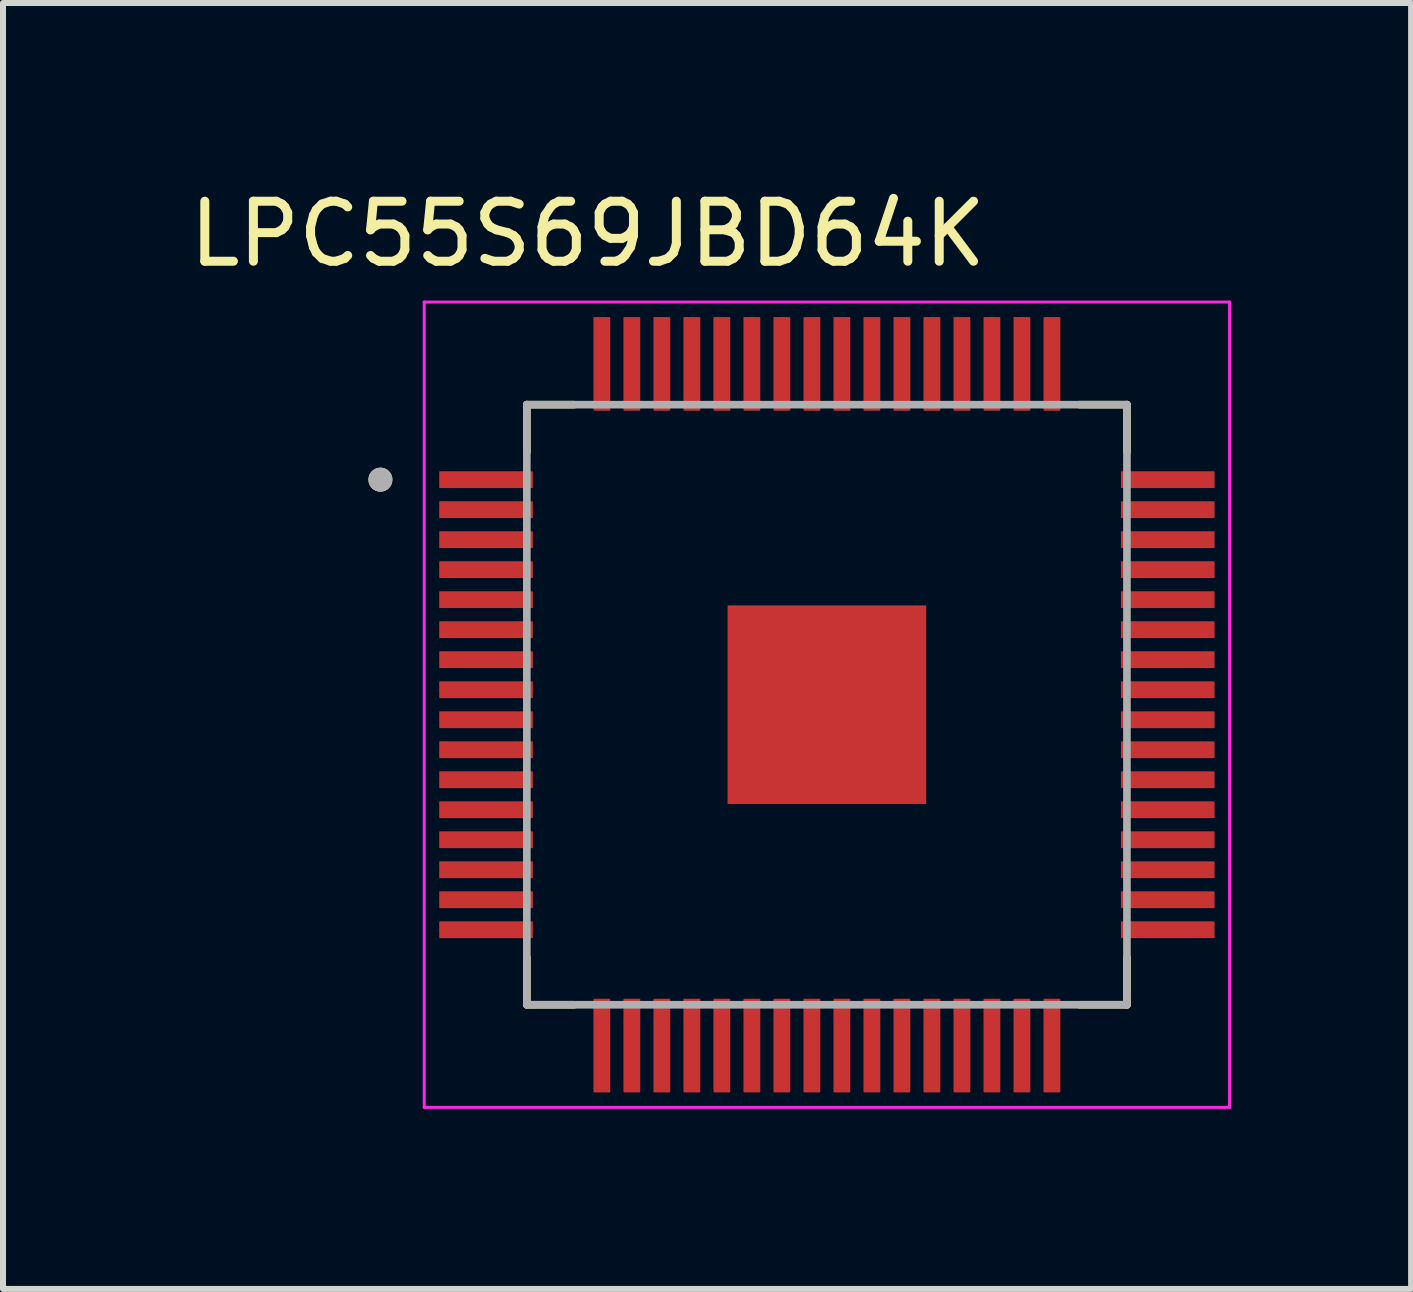
<source format=kicad_pcb>
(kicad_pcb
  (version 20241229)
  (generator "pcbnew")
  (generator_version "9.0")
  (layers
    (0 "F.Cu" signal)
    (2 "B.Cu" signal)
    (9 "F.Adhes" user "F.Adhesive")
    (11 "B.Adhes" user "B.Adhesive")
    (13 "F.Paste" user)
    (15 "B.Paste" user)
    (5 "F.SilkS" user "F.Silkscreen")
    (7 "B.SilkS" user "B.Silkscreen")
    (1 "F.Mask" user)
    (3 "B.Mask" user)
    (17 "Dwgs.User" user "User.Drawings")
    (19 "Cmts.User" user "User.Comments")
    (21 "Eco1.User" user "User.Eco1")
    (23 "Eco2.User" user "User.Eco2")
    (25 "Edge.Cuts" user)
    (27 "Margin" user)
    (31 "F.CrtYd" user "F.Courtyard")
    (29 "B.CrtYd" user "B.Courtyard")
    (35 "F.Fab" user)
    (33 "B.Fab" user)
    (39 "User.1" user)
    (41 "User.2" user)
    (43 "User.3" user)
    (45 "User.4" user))
  (footprint "LPC55S69JBD64K"
    (layer "F.Cu")
    (at 10.729 8.693)
    (property "Reference" "LPC55S69JBD64K" (at -3.985 -7.845 0) (layer "F.SilkS") (effects (font (size 1 1) (thickness 0.15))))
    (attr through_hole)
    (fp_line (start -5 -5) (end -5 -4.21) (stroke (width 0.127) (type solid)) (layer "F.SilkS"))
    (fp_line (start -5 -5) (end -4.21 -5) (stroke (width 0.127) (type solid)) (layer "F.SilkS"))
    (fp_line (start -5 5) (end -5 4.21) (stroke (width 0.127) (type solid)) (layer "F.SilkS"))
    (fp_line (start -5 5) (end -4.21 5) (stroke (width 0.127) (type solid)) (layer "F.SilkS"))
    (fp_line (start 5 -5) (end 4.21 -5) (stroke (width 0.127) (type solid)) (layer "F.SilkS"))
    (fp_line (start 5 -5) (end 5 -4.21) (stroke (width 0.127) (type solid)) (layer "F.SilkS"))
    (fp_line (start 5 5) (end 4.21 5) (stroke (width 0.127) (type solid)) (layer "F.SilkS"))
    (fp_line (start 5 5) (end 5 4.21) (stroke (width 0.127) (type solid)) (layer "F.SilkS"))
    (fp_circle (center -7.44 -3.75) (end -7.34 -3.75) (stroke (width 0.2) (type solid)) (fill no) (layer "F.SilkS"))
    (fp_line (start -6.71 -6.71) (end 6.71 -6.71) (stroke (width 0.05) (type solid)) (layer "F.CrtYd"))
    (fp_line (start -6.71 6.71) (end -6.71 -6.71) (stroke (width 0.05) (type solid)) (layer "F.CrtYd"))
    (fp_line (start -6.71 6.71) (end 6.71 6.71) (stroke (width 0.05) (type solid)) (layer "F.CrtYd"))
    (fp_line (start 6.71 6.71) (end 6.71 -6.71) (stroke (width 0.05) (type solid)) (layer "F.CrtYd"))
    (fp_line (start -5 5) (end -5 -5) (stroke (width 0.127) (type solid)) (layer "F.Fab"))
    (fp_line (start 5 -5) (end -5 -5) (stroke (width 0.127) (type solid)) (layer "F.Fab"))
    (fp_line (start 5 5) (end -5 5) (stroke (width 0.127) (type solid)) (layer "F.Fab"))
    (fp_line (start 5 5) (end 5 -5) (stroke (width 0.127) (type solid)) (layer "F.Fab"))
    (fp_circle (center -7.44 -3.75) (end -7.34 -3.75) (stroke (width 0.2) (type solid)) (fill no) (layer "F.Fab"))
    (pad "1" smd roundrect (at -5.68 -3.75) (size 1.56 0.28) (layers "F.Cu" "F.Mask" "F.Paste") (roundrect_rratio 0.04))
    (pad "2" smd roundrect (at -5.68 -3.25) (size 1.56 0.28) (layers "F.Cu" "F.Mask" "F.Paste") (roundrect_rratio 0.04))
    (pad "3" smd roundrect (at -5.68 -2.75) (size 1.56 0.28) (layers "F.Cu" "F.Mask" "F.Paste") (roundrect_rratio 0.04))
    (pad "4" smd roundrect (at -5.68 -2.25) (size 1.56 0.28) (layers "F.Cu" "F.Mask" "F.Paste") (roundrect_rratio 0.04))
    (pad "5" smd roundrect (at -5.68 -1.75) (size 1.56 0.28) (layers "F.Cu" "F.Mask" "F.Paste") (roundrect_rratio 0.04))
    (pad "6" smd roundrect (at -5.68 -1.25) (size 1.56 0.28) (layers "F.Cu" "F.Mask" "F.Paste") (roundrect_rratio 0.04))
    (pad "7" smd roundrect (at -5.68 -0.75) (size 1.56 0.28) (layers "F.Cu" "F.Mask" "F.Paste") (roundrect_rratio 0.04))
    (pad "8" smd roundrect (at -5.68 -0.25) (size 1.56 0.28) (layers "F.Cu" "F.Mask" "F.Paste") (roundrect_rratio 0.04))
    (pad "9" smd roundrect (at -5.68 0.25) (size 1.56 0.28) (layers "F.Cu" "F.Mask" "F.Paste") (roundrect_rratio 0.04))
    (pad "10" smd roundrect (at -5.68 0.75) (size 1.56 0.28) (layers "F.Cu" "F.Mask" "F.Paste") (roundrect_rratio 0.04))
    (pad "11" smd roundrect (at -5.68 1.25) (size 1.56 0.28) (layers "F.Cu" "F.Mask" "F.Paste") (roundrect_rratio 0.04))
    (pad "12" smd roundrect (at -5.68 1.75) (size 1.56 0.28) (layers "F.Cu" "F.Mask" "F.Paste") (roundrect_rratio 0.04))
    (pad "13" smd roundrect (at -5.68 2.25) (size 1.56 0.28) (layers "F.Cu" "F.Mask" "F.Paste") (roundrect_rratio 0.04))
    (pad "14" smd roundrect (at -5.68 2.75) (size 1.56 0.28) (layers "F.Cu" "F.Mask" "F.Paste") (roundrect_rratio 0.04))
    (pad "15" smd roundrect (at -5.68 3.25) (size 1.56 0.28) (layers "F.Cu" "F.Mask" "F.Paste") (roundrect_rratio 0.04))
    (pad "16" smd roundrect (at -5.68 3.75) (size 1.56 0.28) (layers "F.Cu" "F.Mask" "F.Paste") (roundrect_rratio 0.04))
    (pad "17" smd roundrect (at -3.75 5.68) (size 0.28 1.56) (layers "F.Cu" "F.Mask" "F.Paste") (roundrect_rratio 0.04))
    (pad "18" smd roundrect (at -3.25 5.68) (size 0.28 1.56) (layers "F.Cu" "F.Mask" "F.Paste") (roundrect_rratio 0.04))
    (pad "19" smd roundrect (at -2.75 5.68) (size 0.28 1.56) (layers "F.Cu" "F.Mask" "F.Paste") (roundrect_rratio 0.04))
    (pad "20" smd roundrect (at -2.25 5.68) (size 0.28 1.56) (layers "F.Cu" "F.Mask" "F.Paste") (roundrect_rratio 0.04))
    (pad "21" smd roundrect (at -1.75 5.68) (size 0.28 1.56) (layers "F.Cu" "F.Mask" "F.Paste") (roundrect_rratio 0.04))
    (pad "22" smd roundrect (at -1.25 5.68) (size 0.28 1.56) (layers "F.Cu" "F.Mask" "F.Paste") (roundrect_rratio 0.04))
    (pad "23" smd roundrect (at -0.75 5.68) (size 0.28 1.56) (layers "F.Cu" "F.Mask" "F.Paste") (roundrect_rratio 0.04))
    (pad "24" smd roundrect (at -0.25 5.68) (size 0.28 1.56) (layers "F.Cu" "F.Mask" "F.Paste") (roundrect_rratio 0.04))
    (pad "25" smd roundrect (at 0.25 5.68) (size 0.28 1.56) (layers "F.Cu" "F.Mask" "F.Paste") (roundrect_rratio 0.04))
    (pad "26" smd roundrect (at 0.75 5.68) (size 0.28 1.56) (layers "F.Cu" "F.Mask" "F.Paste") (roundrect_rratio 0.04))
    (pad "27" smd roundrect (at 1.25 5.68) (size 0.28 1.56) (layers "F.Cu" "F.Mask" "F.Paste") (roundrect_rratio 0.04))
    (pad "28" smd roundrect (at 1.75 5.68) (size 0.28 1.56) (layers "F.Cu" "F.Mask" "F.Paste") (roundrect_rratio 0.04))
    (pad "29" smd roundrect (at 2.25 5.68) (size 0.28 1.56) (layers "F.Cu" "F.Mask" "F.Paste") (roundrect_rratio 0.04))
    (pad "30" smd roundrect (at 2.75 5.68) (size 0.28 1.56) (layers "F.Cu" "F.Mask" "F.Paste") (roundrect_rratio 0.04))
    (pad "31" smd roundrect (at 3.25 5.68) (size 0.28 1.56) (layers "F.Cu" "F.Mask" "F.Paste") (roundrect_rratio 0.04))
    (pad "32" smd roundrect (at 3.75 5.68) (size 0.28 1.56) (layers "F.Cu" "F.Mask" "F.Paste") (roundrect_rratio 0.04))
    (pad "33" smd roundrect (at 5.68 3.75) (size 1.56 0.28) (layers "F.Cu" "F.Mask" "F.Paste") (roundrect_rratio 0.04))
    (pad "34" smd roundrect (at 5.68 3.25) (size 1.56 0.28) (layers "F.Cu" "F.Mask" "F.Paste") (roundrect_rratio 0.04))
    (pad "35" smd roundrect (at 5.68 2.75) (size 1.56 0.28) (layers "F.Cu" "F.Mask" "F.Paste") (roundrect_rratio 0.04))
    (pad "36" smd roundrect (at 5.68 2.25) (size 1.56 0.28) (layers "F.Cu" "F.Mask" "F.Paste") (roundrect_rratio 0.04))
    (pad "37" smd roundrect (at 5.68 1.75) (size 1.56 0.28) (layers "F.Cu" "F.Mask" "F.Paste") (roundrect_rratio 0.04))
    (pad "38" smd roundrect (at 5.68 1.25) (size 1.56 0.28) (layers "F.Cu" "F.Mask" "F.Paste") (roundrect_rratio 0.04))
    (pad "39" smd roundrect (at 5.68 0.75) (size 1.56 0.28) (layers "F.Cu" "F.Mask" "F.Paste") (roundrect_rratio 0.04))
    (pad "40" smd roundrect (at 5.68 0.25) (size 1.56 0.28) (layers "F.Cu" "F.Mask" "F.Paste") (roundrect_rratio 0.04))
    (pad "41" smd roundrect (at 5.68 -0.25) (size 1.56 0.28) (layers "F.Cu" "F.Mask" "F.Paste") (roundrect_rratio 0.04))
    (pad "42" smd roundrect (at 5.68 -0.75) (size 1.56 0.28) (layers "F.Cu" "F.Mask" "F.Paste") (roundrect_rratio 0.04))
    (pad "43" smd roundrect (at 5.68 -1.25) (size 1.56 0.28) (layers "F.Cu" "F.Mask" "F.Paste") (roundrect_rratio 0.04))
    (pad "44" smd roundrect (at 5.68 -1.75) (size 1.56 0.28) (layers "F.Cu" "F.Mask" "F.Paste") (roundrect_rratio 0.04))
    (pad "45" smd roundrect (at 5.68 -2.25) (size 1.56 0.28) (layers "F.Cu" "F.Mask" "F.Paste") (roundrect_rratio 0.04))
    (pad "46" smd roundrect (at 5.68 -2.75) (size 1.56 0.28) (layers "F.Cu" "F.Mask" "F.Paste") (roundrect_rratio 0.04))
    (pad "47" smd roundrect (at 5.68 -3.25) (size 1.56 0.28) (layers "F.Cu" "F.Mask" "F.Paste") (roundrect_rratio 0.04))
    (pad "48" smd roundrect (at 5.68 -3.75) (size 1.56 0.28) (layers "F.Cu" "F.Mask" "F.Paste") (roundrect_rratio 0.04))
    (pad "49" smd roundrect (at 3.75 -5.68) (size 0.28 1.56) (layers "F.Cu" "F.Mask" "F.Paste") (roundrect_rratio 0.04))
    (pad "50" smd roundrect (at 3.25 -5.68) (size 0.28 1.56) (layers "F.Cu" "F.Mask" "F.Paste") (roundrect_rratio 0.04))
    (pad "51" smd roundrect (at 2.75 -5.68) (size 0.28 1.56) (layers "F.Cu" "F.Mask" "F.Paste") (roundrect_rratio 0.04))
    (pad "52" smd roundrect (at 2.25 -5.68) (size 0.28 1.56) (layers "F.Cu" "F.Mask" "F.Paste") (roundrect_rratio 0.04))
    (pad "53" smd roundrect (at 1.75 -5.68) (size 0.28 1.56) (layers "F.Cu" "F.Mask" "F.Paste") (roundrect_rratio 0.04))
    (pad "54" smd roundrect (at 1.25 -5.68) (size 0.28 1.56) (layers "F.Cu" "F.Mask" "F.Paste") (roundrect_rratio 0.04))
    (pad "55" smd roundrect (at 0.75 -5.68) (size 0.28 1.56) (layers "F.Cu" "F.Mask" "F.Paste") (roundrect_rratio 0.04))
    (pad "56" smd roundrect (at 0.25 -5.68) (size 0.28 1.56) (layers "F.Cu" "F.Mask" "F.Paste") (roundrect_rratio 0.04))
    (pad "57" smd roundrect (at -0.25 -5.68) (size 0.28 1.56) (layers "F.Cu" "F.Mask" "F.Paste") (roundrect_rratio 0.04))
    (pad "58" smd roundrect (at -0.75 -5.68) (size 0.28 1.56) (layers "F.Cu" "F.Mask" "F.Paste") (roundrect_rratio 0.04))
    (pad "59" smd roundrect (at -1.25 -5.68) (size 0.28 1.56) (layers "F.Cu" "F.Mask" "F.Paste") (roundrect_rratio 0.04))
    (pad "60" smd roundrect (at -1.75 -5.68) (size 0.28 1.56) (layers "F.Cu" "F.Mask" "F.Paste") (roundrect_rratio 0.04))
    (pad "61" smd roundrect (at -2.25 -5.68) (size 0.28 1.56) (layers "F.Cu" "F.Mask" "F.Paste") (roundrect_rratio 0.04))
    (pad "62" smd roundrect (at -2.75 -5.68) (size 0.28 1.56) (layers "F.Cu" "F.Mask" "F.Paste") (roundrect_rratio 0.04))
    (pad "63" smd roundrect (at -3.25 -5.68) (size 0.28 1.56) (layers "F.Cu" "F.Mask" "F.Paste") (roundrect_rratio 0.04))
    (pad "64" smd roundrect (at -3.75 -5.68) (size 0.28 1.56) (layers "F.Cu" "F.Mask" "F.Paste") (roundrect_rratio 0.04))
    (pad "pad" smd rect (at 0 0) (size 3.31 3.31) (layers "F.Cu" "F.Mask" "F.Paste")))
  (gr_rect
    (start -3 -3)
    (end 20.464 18.428)
    (stroke (width 0.1) (type default))
    (fill no)
    (layer "Edge.Cuts")))
</source>
